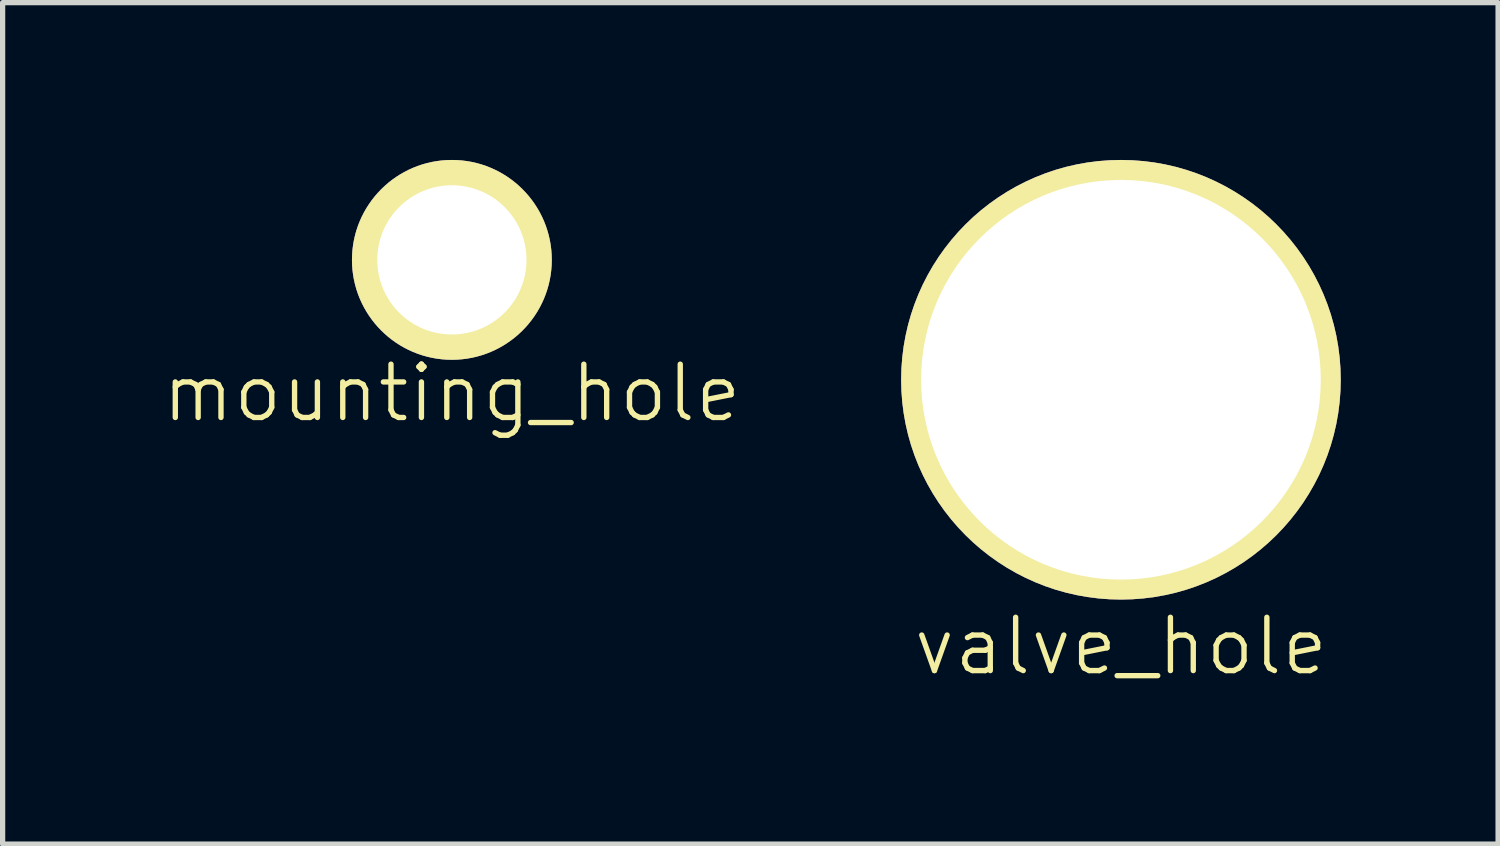
<source format=kicad_pcb>
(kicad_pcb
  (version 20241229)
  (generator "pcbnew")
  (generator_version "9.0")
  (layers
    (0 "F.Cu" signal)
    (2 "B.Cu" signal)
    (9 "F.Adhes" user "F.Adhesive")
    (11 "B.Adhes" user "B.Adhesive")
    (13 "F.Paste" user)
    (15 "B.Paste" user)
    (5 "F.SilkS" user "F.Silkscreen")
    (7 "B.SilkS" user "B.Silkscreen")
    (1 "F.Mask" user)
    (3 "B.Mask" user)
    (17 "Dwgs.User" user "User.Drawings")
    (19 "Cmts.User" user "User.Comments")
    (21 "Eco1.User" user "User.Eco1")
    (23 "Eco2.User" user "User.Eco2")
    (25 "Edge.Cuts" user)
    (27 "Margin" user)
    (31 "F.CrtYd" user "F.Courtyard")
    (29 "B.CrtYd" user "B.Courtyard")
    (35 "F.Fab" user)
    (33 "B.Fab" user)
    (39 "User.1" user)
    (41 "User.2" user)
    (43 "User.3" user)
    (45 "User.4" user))
  (footprint "mounting_hole"
    (layer "F.Cu")
    (at 5.566 1.905)
    (property "Reference" "mounting_hole" (at 0 2.54 0) (layer "F.SilkS") (effects (font (size 1.016 1.016) (thickness 0.102))))
    (attr through_hole)
    (pad "" thru_hole circle (at 0 0) (size 3.81 3.81) (drill 2.845) (layers "*.Cu" "*.Mask" "F.SilkS")))
  (footprint "valve_hole"
    (layer "F.Cu")
    (at 18.323 4.191)
    (property "Reference" "valve_hole" (at 0 5.08 0) (layer "F.SilkS") (effects (font (size 1.016 1.016) (thickness 0.102))))
    (attr through_hole)
    (pad "" thru_hole circle (at 0 0) (size 8.382 8.382) (drill 7.62) (layers "*.Cu" "*.Mask" "F.SilkS")))
  (gr_rect
    (start -3 -3)
    (end 25.514 13.044)
    (stroke (width 0.1) (type default))
    (fill no)
    (layer "Edge.Cuts")))
</source>
